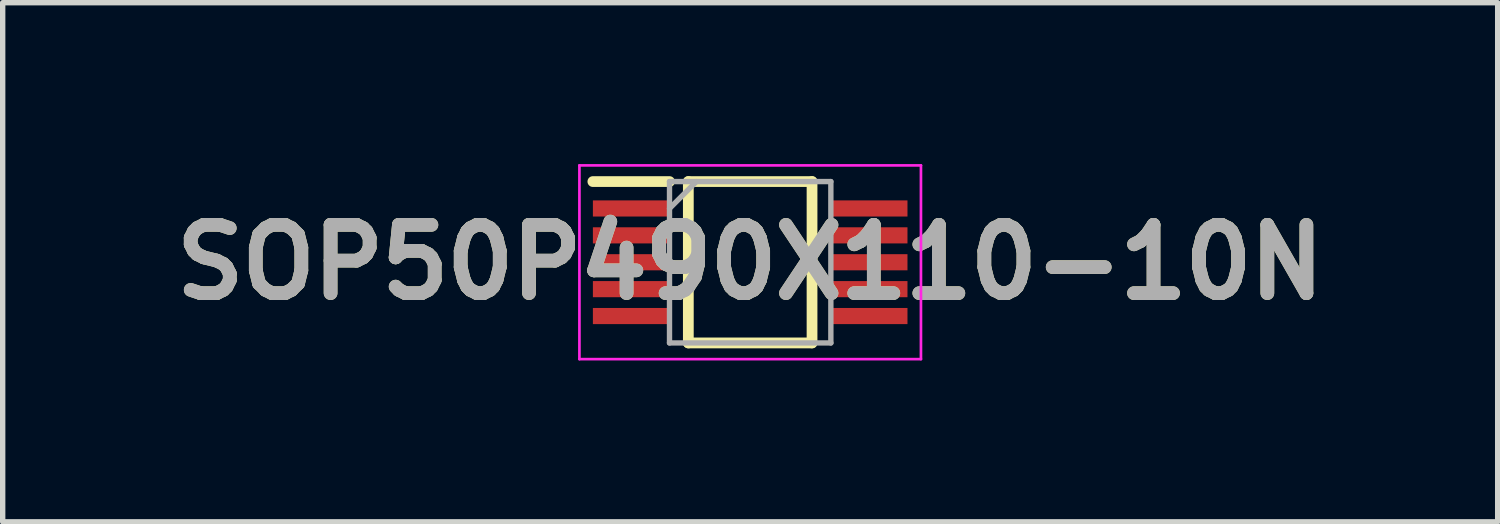
<source format=kicad_pcb>
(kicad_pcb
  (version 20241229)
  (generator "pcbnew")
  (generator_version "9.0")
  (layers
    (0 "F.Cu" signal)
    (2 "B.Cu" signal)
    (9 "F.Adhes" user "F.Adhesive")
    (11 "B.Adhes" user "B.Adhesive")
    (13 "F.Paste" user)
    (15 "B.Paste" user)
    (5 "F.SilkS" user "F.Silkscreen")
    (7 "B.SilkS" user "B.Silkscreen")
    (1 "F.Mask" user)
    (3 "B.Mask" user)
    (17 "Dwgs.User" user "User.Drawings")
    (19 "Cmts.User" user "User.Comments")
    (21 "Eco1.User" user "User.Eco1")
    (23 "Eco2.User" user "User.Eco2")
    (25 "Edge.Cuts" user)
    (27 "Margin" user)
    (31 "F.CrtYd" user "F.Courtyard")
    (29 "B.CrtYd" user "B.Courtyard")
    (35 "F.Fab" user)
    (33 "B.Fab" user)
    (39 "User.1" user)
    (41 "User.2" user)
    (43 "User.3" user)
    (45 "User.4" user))
  (footprint "SOP50P490X110-10N"
    (layer "F.Cu")
    (at 10.898 1.826)
    (property "Reference" "SOP50P490X110-10N" (at 0 0 0) (layer "F.SilkS") (effects (font (size 1.27 1.27) (thickness 0.254))))
    (attr smd)
    (fp_line (start -2.925 -1.5) (end -1.5 -1.5) (stroke (width 0.2) (type solid)) (layer "F.SilkS"))
    (fp_line (start -1.15 -1.5) (end 1.15 -1.5) (stroke (width 0.2) (type solid)) (layer "F.SilkS"))
    (fp_line (start -1.15 1.5) (end -1.15 -1.5) (stroke (width 0.2) (type solid)) (layer "F.SilkS"))
    (fp_line (start 1.15 -1.5) (end 1.15 1.5) (stroke (width 0.2) (type solid)) (layer "F.SilkS"))
    (fp_line (start 1.15 1.5) (end -1.15 1.5) (stroke (width 0.2) (type solid)) (layer "F.SilkS"))
    (fp_line (start -3.175 -1.801) (end 3.175 -1.801) (stroke (width 0.05) (type solid)) (layer "F.CrtYd"))
    (fp_line (start -3.175 1.801) (end -3.175 -1.801) (stroke (width 0.05) (type solid)) (layer "F.CrtYd"))
    (fp_line (start 3.175 -1.801) (end 3.175 1.801) (stroke (width 0.05) (type solid)) (layer "F.CrtYd"))
    (fp_line (start 3.175 1.801) (end -3.175 1.801) (stroke (width 0.05) (type solid)) (layer "F.CrtYd"))
    (fp_line (start -1.5 -1.5) (end 1.5 -1.5) (stroke (width 0.1) (type solid)) (layer "F.Fab"))
    (fp_line (start -1.5 -1) (end -1 -1.5) (stroke (width 0.1) (type solid)) (layer "F.Fab"))
    (fp_line (start -1.5 1.5) (end -1.5 -1.5) (stroke (width 0.1) (type solid)) (layer "F.Fab"))
    (fp_line (start 1.5 -1.5) (end 1.5 1.5) (stroke (width 0.1) (type solid)) (layer "F.Fab"))
    (fp_line (start 1.5 1.5) (end -1.5 1.5) (stroke (width 0.1) (type solid)) (layer "F.Fab"))
    (fp_text user "${REFERENCE}" (at 0 0 0) (layer "F.Fab") (effects (font (size 1.27 1.27) (thickness 0.254))))
    (pad "1" smd rect (at -2.212 -1 90) (size 0.3 1.425) (layers "F.Cu" "F.Mask" "F.Paste"))
    (pad "2" smd rect (at -2.212 -0.5 90) (size 0.3 1.425) (layers "F.Cu" "F.Mask" "F.Paste"))
    (pad "3" smd rect (at -2.212 0 90) (size 0.3 1.425) (layers "F.Cu" "F.Mask" "F.Paste"))
    (pad "4" smd rect (at -2.212 0.5 90) (size 0.3 1.425) (layers "F.Cu" "F.Mask" "F.Paste"))
    (pad "5" smd rect (at -2.212 1 90) (size 0.3 1.425) (layers "F.Cu" "F.Mask" "F.Paste"))
    (pad "6" smd rect (at 2.212 1 90) (size 0.3 1.425) (layers "F.Cu" "F.Mask" "F.Paste"))
    (pad "7" smd rect (at 2.212 0.5 90) (size 0.3 1.425) (layers "F.Cu" "F.Mask" "F.Paste"))
    (pad "8" smd rect (at 2.212 0 90) (size 0.3 1.425) (layers "F.Cu" "F.Mask" "F.Paste"))
    (pad "9" smd rect (at 2.212 -0.5 90) (size 0.3 1.425) (layers "F.Cu" "F.Mask" "F.Paste"))
    (pad "10" smd rect (at 2.212 -1 90) (size 0.3 1.425) (layers "F.Cu" "F.Mask" "F.Paste")))
  (gr_rect
    (start -3 -3)
    (end 24.796 6.652)
    (stroke (width 0.1) (type default))
    (fill no)
    (layer "Edge.Cuts")))
</source>
